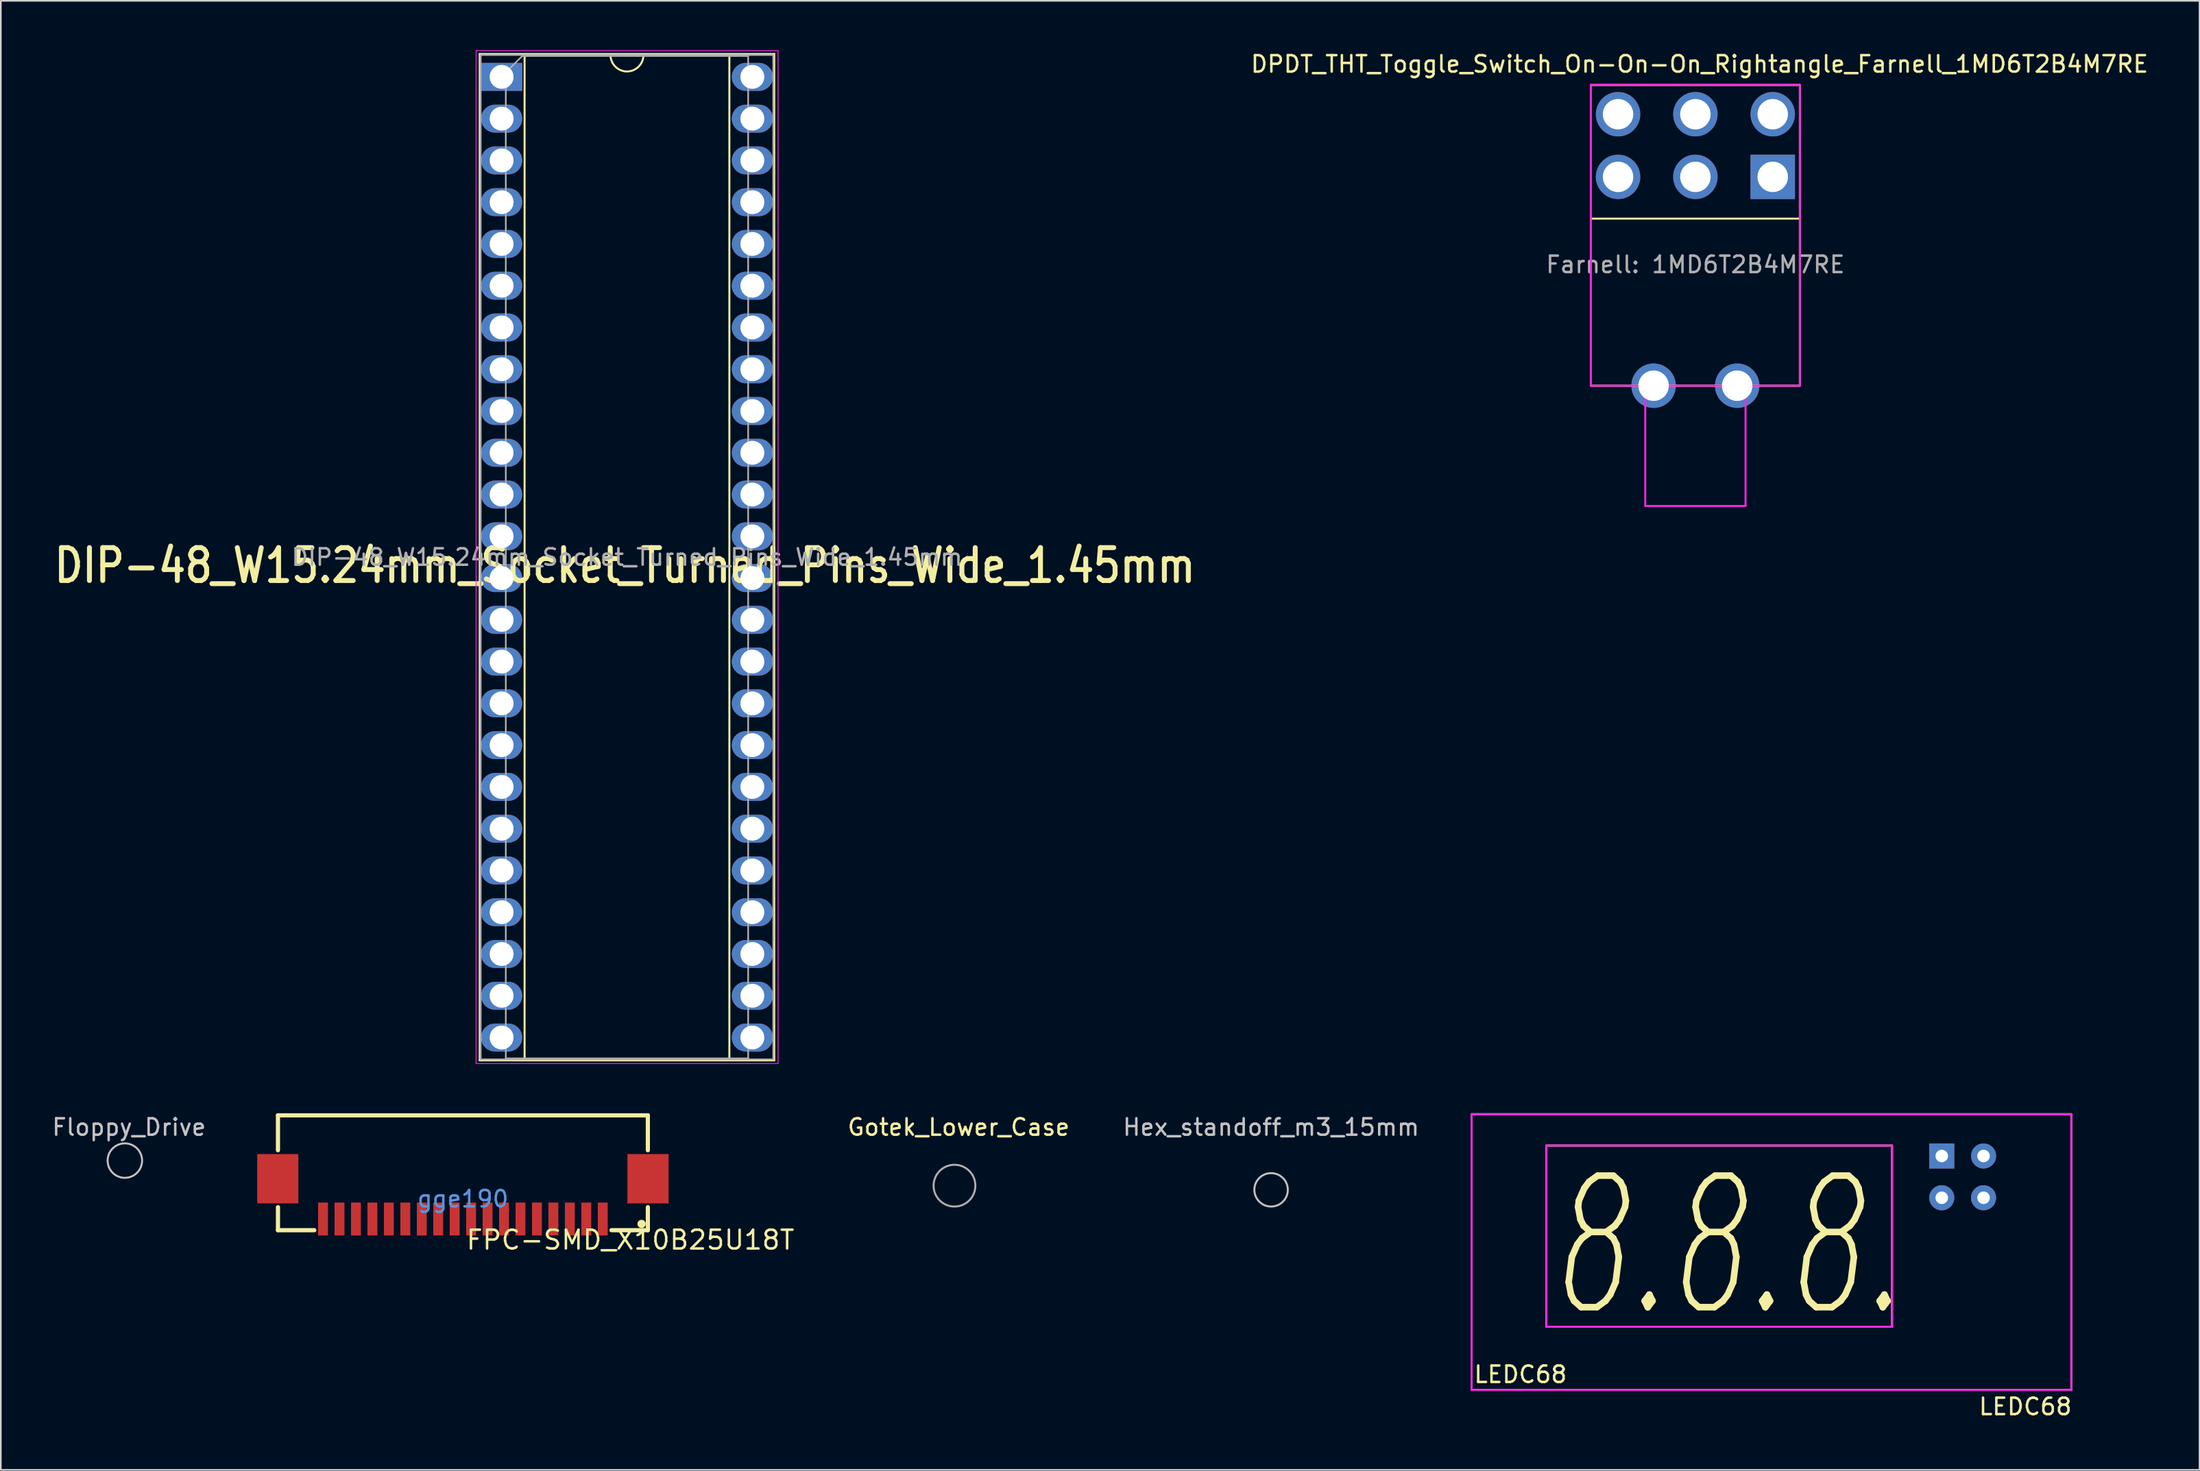
<source format=kicad_pcb>
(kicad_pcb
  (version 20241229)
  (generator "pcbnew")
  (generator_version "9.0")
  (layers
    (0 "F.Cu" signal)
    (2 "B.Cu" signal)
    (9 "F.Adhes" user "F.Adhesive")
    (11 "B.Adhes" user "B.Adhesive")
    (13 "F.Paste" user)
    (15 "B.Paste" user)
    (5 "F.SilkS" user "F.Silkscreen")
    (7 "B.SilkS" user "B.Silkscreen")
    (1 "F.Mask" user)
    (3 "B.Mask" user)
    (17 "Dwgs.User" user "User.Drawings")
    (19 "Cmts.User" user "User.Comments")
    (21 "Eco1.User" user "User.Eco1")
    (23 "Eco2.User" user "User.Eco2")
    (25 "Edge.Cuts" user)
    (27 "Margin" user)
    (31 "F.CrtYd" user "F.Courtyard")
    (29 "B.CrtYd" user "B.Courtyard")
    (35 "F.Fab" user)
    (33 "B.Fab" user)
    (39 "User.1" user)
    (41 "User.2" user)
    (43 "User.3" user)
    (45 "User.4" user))
  (footprint "LEDC68"
    (layer "F.Cu")
    (at 114.961 67.25)
    (property "Reference" "LEDC68" (at 5.08 15.24 0) (layer "F.SilkS") (effects (font (size 1 1) (thickness 0.15))))
    (attr through_hole)
    (fp_line (start -28.575 -2.54) (end 7.874 -2.54) (stroke (width 0.12) (type solid)) (layer "F.SilkS"))
    (fp_line (start -28.575 14.224) (end -28.575 -2.54) (stroke (width 0.12) (type solid)) (layer "F.SilkS"))
    (fp_line (start -28.575 14.224) (end 7.874 14.224) (stroke (width 0.12) (type solid)) (layer "F.SilkS"))
    (fp_line (start -24.028 -0.635) (end -3.023 -0.635) (stroke (width 0.12) (type solid)) (layer "F.SilkS"))
    (fp_line (start -24.028 10.389) (end -24.028 -0.61) (stroke (width 0.12) (type solid)) (layer "F.SilkS"))
    (fp_line (start -3.023 -0.635) (end -3.023 10.389) (stroke (width 0.12) (type solid)) (layer "F.SilkS"))
    (fp_line (start -3.023 10.389) (end -24.028 10.389) (stroke (width 0.12) (type solid)) (layer "F.SilkS"))
    (fp_line (start 7.874 -2.54) (end 7.874 14.224) (stroke (width 0.12) (type solid)) (layer "F.SilkS"))
    (fp_line (start -28.575 -2.54) (end 7.874 -2.54) (stroke (width 0.12) (type solid)) (layer "F.CrtYd"))
    (fp_line (start -28.575 14.224) (end -28.575 -2.54) (stroke (width 0.12) (type solid)) (layer "F.CrtYd"))
    (fp_line (start -24.028 -0.635) (end -24.028 10.389) (stroke (width 0.12) (type solid)) (layer "F.CrtYd"))
    (fp_line (start -24.028 10.389) (end -3.023 10.389) (stroke (width 0.12) (type solid)) (layer "F.CrtYd"))
    (fp_line (start -3.023 -0.635) (end -24.028 -0.635) (stroke (width 0.12) (type solid)) (layer "F.CrtYd"))
    (fp_line (start -3.023 10.389) (end -3.023 -0.635) (stroke (width 0.12) (type solid)) (layer "F.CrtYd"))
    (fp_line (start 7.874 -2.54) (end 7.874 14.224) (stroke (width 0.12) (type solid)) (layer "F.CrtYd"))
    (fp_line (start 7.874 14.224) (end -28.575 14.224) (stroke (width 0.12) (type solid)) (layer "F.CrtYd"))
    (fp_text user "8.8.8." (at -13.056 5.512 0) (layer "F.SilkS") (effects (font (size 8 5) (thickness 0.4) (italic yes))))
    (fp_text user "LEDC68" (at -25.603 13.284 0) (layer "F.SilkS") (effects (font (size 1 1) (thickness 0.15))))
    (pad "1" thru_hole rect (at 0 0) (size 1.524 1.524) (drill 0.762) (layers "*.Cu" "*.Mask"))
    (pad "2" thru_hole circle (at 0 2.54) (size 1.524 1.524) (drill 0.762) (layers "*.Cu" "*.Mask"))
    (pad "3" thru_hole circle (at 2.54 0) (size 1.524 1.524) (drill 0.762) (layers "*.Cu" "*.Mask"))
    (pad "4" thru_hole circle (at 2.54 2.54) (size 1.524 1.524) (drill 0.762) (layers "*.Cu" "*.Mask")))
  (footprint "Hex_standoff_m3_15mm"
    (layer "F.Cu")
    (at 74.201 69.308)
    (property "Reference" "Hex_standoff_m3_15mm" (at 0 -3.81 0) (layer "Dwgs.User") (effects (font (size 1 1) (thickness 0.15))))
    (attr through_hole)
    (fp_circle (center 0 0) (end 1.016 0) (stroke (width 0.12) (type solid)) (fill no) (layer "Dwgs.User")))
  (footprint "FPC-SMD_X10B25U18T"
    (layer "F.Cu")
    (at 25.083 71.127)
    (property "Reference" "FPC-SMD_X10B25U18T" (at 0.118 1.225 180) (layer "F.SilkS") (effects (font (size 1.143 1.143) (thickness 0.152)) (justify left)))
    (attr smd)
    (fp_line (start -11.24 -6.35) (end -11.24 -4.226) (stroke (width 0.254) (type solid)) (layer "F.SilkS"))
    (fp_line (start -11.24 -0.764) (end -11.24 0.635) (stroke (width 0.254) (type solid)) (layer "F.SilkS"))
    (fp_line (start -11.24 0.635) (end -9.031 0.635) (stroke (width 0.254) (type solid)) (layer "F.SilkS"))
    (fp_line (start 11.24 -6.35) (end -11.24 -6.35) (stroke (width 0.254) (type solid)) (layer "F.SilkS"))
    (fp_line (start 11.24 -4.226) (end 11.24 -6.35) (stroke (width 0.254) (type solid)) (layer "F.SilkS"))
    (fp_line (start 11.24 0.635) (end 9.031 0.635) (stroke (width 0.254) (type solid)) (layer "F.SilkS"))
    (fp_line (start 11.24 0.635) (end 11.24 -0.764) (stroke (width 0.254) (type solid)) (layer "F.SilkS"))
    (fp_circle (center 10.859 0.254) (end 10.732 0.254) (stroke (width 0.254) (type solid)) (fill no) (layer "F.SilkS"))
    (fp_text user "gge190" (at 0 -1.27 180) (layer "Cmts.User") (effects (font (size 1 1) (thickness 0.15))))
    (pad "1" smd rect (at 8.5 -0.045 180) (size 0.6 2) (layers "F.Cu" "F.Mask" "F.Paste"))
    (pad "2" smd rect (at 7.5 -0.045 180) (size 0.6 2) (layers "F.Cu" "F.Mask" "F.Paste"))
    (pad "3" smd rect (at 6.5 -0.045 180) (size 0.6 2) (layers "F.Cu" "F.Mask" "F.Paste"))
    (pad "4" smd rect (at 5.5 -0.045 180) (size 0.6 2) (layers "F.Cu" "F.Mask" "F.Paste"))
    (pad "5" smd rect (at 4.5 -0.045 180) (size 0.6 2) (layers "F.Cu" "F.Mask" "F.Paste"))
    (pad "6" smd rect (at 3.5 -0.045 180) (size 0.6 2) (layers "F.Cu" "F.Mask" "F.Paste"))
    (pad "7" smd rect (at 2.5 -0.045 180) (size 0.6 2) (layers "F.Cu" "F.Mask" "F.Paste"))
    (pad "8" smd rect (at 1.5 -0.045 180) (size 0.6 2) (layers "F.Cu" "F.Mask" "F.Paste"))
    (pad "9" smd rect (at 0.5 -0.045 180) (size 0.6 2) (layers "F.Cu" "F.Mask" "F.Paste"))
    (pad "10" smd rect (at -0.5 -0.045 180) (size 0.6 2) (layers "F.Cu" "F.Mask" "F.Paste"))
    (pad "11" smd rect (at -1.5 -0.045 180) (size 0.6 2) (layers "F.Cu" "F.Mask" "F.Paste"))
    (pad "12" smd rect (at -2.5 -0.045 180) (size 0.6 2) (layers "F.Cu" "F.Mask" "F.Paste"))
    (pad "13" smd rect (at -3.5 -0.045 180) (size 0.6 2) (layers "F.Cu" "F.Mask" "F.Paste"))
    (pad "14" smd rect (at -4.5 -0.045 180) (size 0.6 2) (layers "F.Cu" "F.Mask" "F.Paste"))
    (pad "15" smd rect (at -5.5 -0.045 180) (size 0.6 2) (layers "F.Cu" "F.Mask" "F.Paste"))
    (pad "16" smd rect (at -6.5 -0.045 180) (size 0.6 2) (layers "F.Cu" "F.Mask" "F.Paste"))
    (pad "17" smd rect (at -7.5 -0.045 180) (size 0.6 2) (layers "F.Cu" "F.Mask" "F.Paste"))
    (pad "18" smd rect (at -8.5 -0.045 180) (size 0.6 2) (layers "F.Cu" "F.Mask" "F.Paste"))
    (pad "MP" smd rect (at -11.25 -2.495 180) (size 2.5 3) (layers "F.Cu" "F.Mask" "F.Paste"))
    (pad "MP" smd rect (at 11.25 -2.495 180) (size 2.5 3) (layers "F.Cu" "F.Mask" "F.Paste")))
  (footprint "DIP-48_W15.24mm_Socket_Turned_Pins_Wide_1.45mm"
    (layer "F.Cu")
    (at 27.435 1.625)
    (property "Reference" "DIP-48_W15.24mm_Socket_Turned_Pins_Wide_1.45mm" (at 7.493 29.718 0) (layer "F.SilkS") (effects (font (size 2 1.7) (thickness 0.3))))
    (attr through_hole)
    (fp_line (start -1.33 -1.39) (end -1.33 59.81) (stroke (width 0.12) (type solid)) (layer "F.SilkS"))
    (fp_line (start -1.33 59.81) (end 16.57 59.81) (stroke (width 0.12) (type solid)) (layer "F.SilkS"))
    (fp_line (start 1.397 -1.33) (end 1.397 59.75) (stroke (width 0.12) (type solid)) (layer "F.SilkS"))
    (fp_line (start 1.397 59.75) (end 13.843 59.75) (stroke (width 0.12) (type solid)) (layer "F.SilkS"))
    (fp_line (start 6.62 -1.33) (end 1.397 -1.33) (stroke (width 0.12) (type solid)) (layer "F.SilkS"))
    (fp_line (start 13.843 -1.33) (end 8.62 -1.33) (stroke (width 0.12) (type solid)) (layer "F.SilkS"))
    (fp_line (start 13.843 59.75) (end 13.843 -1.33) (stroke (width 0.12) (type solid)) (layer "F.SilkS"))
    (fp_line (start 16.57 -1.39) (end -1.33 -1.39) (stroke (width 0.12) (type solid)) (layer "F.SilkS"))
    (fp_line (start 16.57 59.81) (end 16.57 -1.39) (stroke (width 0.12) (type solid)) (layer "F.SilkS"))
    (fp_arc (start 8.62 -1.33) (mid 7.62 -0.33) (end 6.62 -1.33) (stroke (width 0.12) (type solid)) (layer "F.SilkS"))
    (fp_line (start -1.55 -1.6) (end -1.55 60) (stroke (width 0.05) (type solid)) (layer "F.CrtYd"))
    (fp_line (start -1.55 60) (end 16.8 60) (stroke (width 0.05) (type solid)) (layer "F.CrtYd"))
    (fp_line (start 16.8 -1.6) (end -1.55 -1.6) (stroke (width 0.05) (type solid)) (layer "F.CrtYd"))
    (fp_line (start 16.8 60) (end 16.8 -1.6) (stroke (width 0.05) (type solid)) (layer "F.CrtYd"))
    (fp_line (start -1.27 -1.33) (end -1.27 59.75) (stroke (width 0.1) (type solid)) (layer "F.Fab"))
    (fp_line (start -1.27 59.75) (end 16.51 59.75) (stroke (width 0.1) (type solid)) (layer "F.Fab"))
    (fp_line (start 0.255 -0.27) (end 1.255 -1.27) (stroke (width 0.1) (type solid)) (layer "F.Fab"))
    (fp_line (start 0.255 59.69) (end 0.255 -0.27) (stroke (width 0.1) (type solid)) (layer "F.Fab"))
    (fp_line (start 1.255 -1.27) (end 14.985 -1.27) (stroke (width 0.1) (type solid)) (layer "F.Fab"))
    (fp_line (start 14.985 -1.27) (end 14.985 59.69) (stroke (width 0.1) (type solid)) (layer "F.Fab"))
    (fp_line (start 14.985 59.69) (end 0.255 59.69) (stroke (width 0.1) (type solid)) (layer "F.Fab"))
    (fp_line (start 16.51 -1.33) (end -1.27 -1.33) (stroke (width 0.1) (type solid)) (layer "F.Fab"))
    (fp_line (start 16.51 59.75) (end 16.51 -1.33) (stroke (width 0.1) (type solid)) (layer "F.Fab"))
    (fp_text user "${REFERENCE}" (at 7.62 29.21 180) (layer "F.Fab") (effects (font (size 1 1) (thickness 0.15))))
    (pad "1" thru_hole rect (at 0 0) (size 2.5 1.7) (drill 1.45) (layers "*.Cu" "*.Mask"))
    (pad "2" thru_hole oval (at 0 2.54) (size 2.5 1.7) (drill 1.45) (layers "*.Cu" "*.Mask"))
    (pad "3" thru_hole oval (at 0 5.08) (size 2.5 1.7) (drill 1.45) (layers "*.Cu" "*.Mask"))
    (pad "4" thru_hole oval (at 0 7.62) (size 2.5 1.7) (drill 1.45) (layers "*.Cu" "*.Mask"))
    (pad "5" thru_hole oval (at 0 10.16) (size 2.5 1.7) (drill 1.45) (layers "*.Cu" "*.Mask"))
    (pad "6" thru_hole oval (at 0 12.7) (size 2.5 1.7) (drill 1.45) (layers "*.Cu" "*.Mask"))
    (pad "7" thru_hole oval (at 0 15.24) (size 2.5 1.7) (drill 1.45) (layers "*.Cu" "*.Mask"))
    (pad "8" thru_hole oval (at 0 17.78) (size 2.5 1.7) (drill 1.45) (layers "*.Cu" "*.Mask"))
    (pad "9" thru_hole oval (at 0 20.32) (size 2.5 1.7) (drill 1.45) (layers "*.Cu" "*.Mask"))
    (pad "10" thru_hole oval (at 0 22.86) (size 2.5 1.7) (drill 1.45) (layers "*.Cu" "*.Mask"))
    (pad "11" thru_hole oval (at 0 25.4) (size 2.5 1.7) (drill 1.45) (layers "*.Cu" "*.Mask"))
    (pad "12" thru_hole oval (at 0 27.94) (size 2.5 1.7) (drill 1.45) (layers "*.Cu" "*.Mask"))
    (pad "13" thru_hole oval (at 0 30.48) (size 2.5 1.7) (drill 1.45) (layers "*.Cu" "*.Mask"))
    (pad "14" thru_hole oval (at 0 33.02) (size 2.5 1.7) (drill 1.45) (layers "*.Cu" "*.Mask"))
    (pad "15" thru_hole oval (at 0 35.56) (size 2.5 1.7) (drill 1.45) (layers "*.Cu" "*.Mask"))
    (pad "16" thru_hole oval (at 0 38.1) (size 2.5 1.7) (drill 1.45) (layers "*.Cu" "*.Mask"))
    (pad "17" thru_hole oval (at 0 40.64) (size 2.5 1.7) (drill 1.45) (layers "*.Cu" "*.Mask"))
    (pad "18" thru_hole oval (at 0 43.18) (size 2.5 1.7) (drill 1.45) (layers "*.Cu" "*.Mask"))
    (pad "19" thru_hole oval (at 0 45.72) (size 2.5 1.7) (drill 1.45) (layers "*.Cu" "*.Mask"))
    (pad "20" thru_hole oval (at 0 48.26) (size 2.5 1.7) (drill 1.45) (layers "*.Cu" "*.Mask"))
    (pad "21" thru_hole oval (at 0 50.8) (size 2.5 1.7) (drill 1.45) (layers "*.Cu" "*.Mask"))
    (pad "22" thru_hole oval (at 0 53.34) (size 2.5 1.7) (drill 1.45) (layers "*.Cu" "*.Mask"))
    (pad "23" thru_hole oval (at 0 55.88) (size 2.5 1.7) (drill 1.45) (layers "*.Cu" "*.Mask"))
    (pad "24" thru_hole oval (at 0 58.42) (size 2.5 1.7) (drill 1.45) (layers "*.Cu" "*.Mask"))
    (pad "25" thru_hole oval (at 15.24 58.42) (size 2.5 1.7) (drill 1.45) (layers "*.Cu" "*.Mask"))
    (pad "26" thru_hole oval (at 15.24 55.88) (size 2.5 1.7) (drill 1.45) (layers "*.Cu" "*.Mask"))
    (pad "27" thru_hole oval (at 15.24 53.34) (size 2.5 1.7) (drill 1.45) (layers "*.Cu" "*.Mask"))
    (pad "28" thru_hole oval (at 15.24 50.8) (size 2.5 1.7) (drill 1.45) (layers "*.Cu" "*.Mask"))
    (pad "29" thru_hole oval (at 15.24 48.26) (size 2.5 1.7) (drill 1.45) (layers "*.Cu" "*.Mask"))
    (pad "30" thru_hole oval (at 15.24 45.72) (size 2.5 1.7) (drill 1.45) (layers "*.Cu" "*.Mask"))
    (pad "31" thru_hole oval (at 15.24 43.18) (size 2.5 1.7) (drill 1.45) (layers "*.Cu" "*.Mask"))
    (pad "32" thru_hole oval (at 15.24 40.64) (size 2.5 1.7) (drill 1.45) (layers "*.Cu" "*.Mask"))
    (pad "33" thru_hole oval (at 15.24 38.1) (size 2.5 1.7) (drill 1.45) (layers "*.Cu" "*.Mask"))
    (pad "34" thru_hole oval (at 15.24 35.56) (size 2.5 1.7) (drill 1.45) (layers "*.Cu" "*.Mask"))
    (pad "35" thru_hole oval (at 15.24 33.02) (size 2.5 1.7) (drill 1.45) (layers "*.Cu" "*.Mask"))
    (pad "36" thru_hole oval (at 15.24 30.48) (size 2.5 1.7) (drill 1.45) (layers "*.Cu" "*.Mask"))
    (pad "37" thru_hole oval (at 15.24 27.94) (size 2.5 1.7) (drill 1.45) (layers "*.Cu" "*.Mask"))
    (pad "38" thru_hole oval (at 15.24 25.4) (size 2.5 1.7) (drill 1.45) (layers "*.Cu" "*.Mask"))
    (pad "39" thru_hole oval (at 15.24 22.86) (size 2.5 1.7) (drill 1.45) (layers "*.Cu" "*.Mask"))
    (pad "40" thru_hole oval (at 15.24 20.32) (size 2.5 1.7) (drill 1.45) (layers "*.Cu" "*.Mask"))
    (pad "41" thru_hole oval (at 15.24 17.78) (size 2.5 1.7) (drill 1.45) (layers "*.Cu" "*.Mask"))
    (pad "42" thru_hole oval (at 15.24 15.24) (size 2.5 1.7) (drill 1.45) (layers "*.Cu" "*.Mask"))
    (pad "43" thru_hole oval (at 15.24 12.7) (size 2.5 1.7) (drill 1.45) (layers "*.Cu" "*.Mask"))
    (pad "44" thru_hole oval (at 15.24 10.16) (size 2.5 1.7) (drill 1.45) (layers "*.Cu" "*.Mask"))
    (pad "45" thru_hole oval (at 15.24 7.62) (size 2.5 1.7) (drill 1.45) (layers "*.Cu" "*.Mask"))
    (pad "46" thru_hole oval (at 15.24 5.08) (size 2.5 1.7) (drill 1.45) (layers "*.Cu" "*.Mask"))
    (pad "47" thru_hole oval (at 15.24 2.54) (size 2.5 1.7) (drill 1.45) (layers "*.Cu" "*.Mask"))
    (pad "48" thru_hole oval (at 15.24 0) (size 2.5 1.7) (drill 1.45) (layers "*.Cu" "*.Mask")))
  (footprint "Floppy_Drive"
    (layer "F.Cu")
    (at 4.538 67.53)
    (property "Reference" "Floppy_Drive" (at 0.254 -2.032 0) (layer "Dwgs.User") (effects (font (size 1 1) (thickness 0.15))))
    (attr through_hole)
    (fp_circle (center 0 0) (end 1.016 -0.254) (stroke (width 0.12) (type solid)) (fill no) (layer "Dwgs.User")))
  (footprint "DPDT_THT_Toggle_Switch_On-On-On_Rightangle_Farnell_1MD6T2B4M7RE"
    (layer "F.Cu")
    (at 99.988 7.706)
    (property "Reference" "DPDT_THT_Toggle_Switch_On-On-On_Rightangle_Farnell_1MD6T2B4M7RE" (at 0.254 -6.858 0) (layer "F.SilkS") (effects (font (size 1 1) (thickness 0.15))))
    (attr through_hole)
    (fp_line (start -6.35 -5.588) (end -6.35 12.7) (stroke (width 0.12) (type solid)) (layer "F.SilkS"))
    (fp_line (start -6.35 2.54) (end 6.35 2.54) (stroke (width 0.12) (type solid)) (layer "F.SilkS"))
    (fp_line (start -6.35 12.7) (end 6.35 12.7) (stroke (width 0.12) (type solid)) (layer "F.SilkS"))
    (fp_line (start 6.35 -5.588) (end -6.35 -5.588) (stroke (width 0.12) (type solid)) (layer "F.SilkS"))
    (fp_line (start 6.35 12.7) (end 6.35 -5.588) (stroke (width 0.12) (type solid)) (layer "F.SilkS"))
    (fp_line (start -6.35 -5.588) (end 6.35 -5.588) (stroke (width 0.12) (type solid)) (layer "F.CrtYd"))
    (fp_line (start -6.35 12.7) (end -6.35 -5.588) (stroke (width 0.12) (type solid)) (layer "F.CrtYd"))
    (fp_line (start -3.048 12.7) (end -3.048 20.015) (stroke (width 0.12) (type solid)) (layer "F.CrtYd"))
    (fp_line (start -3.048 20.015) (end 3.048 20.015) (stroke (width 0.12) (type solid)) (layer "F.CrtYd"))
    (fp_line (start 3.048 20.015) (end 3.048 12.7) (stroke (width 0.12) (type solid)) (layer "F.CrtYd"))
    (fp_line (start 6.35 -5.588) (end 6.35 12.7) (stroke (width 0.12) (type solid)) (layer "F.CrtYd"))
    (fp_line (start 6.35 12.7) (end -6.35 12.7) (stroke (width 0.12) (type solid)) (layer "F.CrtYd"))
    (fp_text user "Farnell: 1MD6T2B4M7RE" (at 0 5.334 0) (layer "F.Fab") (effects (font (size 1 1) (thickness 0.15))))
    (pad "" thru_hole circle (at -2.54 12.7) (size 2.7 2.7) (drill 1.85) (layers "*.Cu" "*.Mask"))
    (pad "" thru_hole circle (at 2.54 12.7) (size 2.7 2.7) (drill 1.85) (layers "*.Cu" "*.Mask"))
    (pad "1" thru_hole rect (at 4.7 0) (size 2.7 2.7) (drill 1.85) (layers "*.Cu" "*.Mask"))
    (pad "2" thru_hole circle (at 0 0) (size 2.7 2.7) (drill 1.85) (layers "*.Cu" "*.Mask"))
    (pad "3" thru_hole circle (at -4.7 0) (size 2.7 2.7) (drill 1.85) (layers "*.Cu" "*.Mask"))
    (pad "4" thru_hole circle (at 4.7 -3.81) (size 2.7 2.7) (drill 1.85) (layers "*.Cu" "*.Mask"))
    (pad "5" thru_hole circle (at 0 -3.81) (size 2.7 2.7) (drill 1.85) (layers "*.Cu" "*.Mask"))
    (pad "6" thru_hole circle (at -4.7 -3.81) (size 2.7 2.7) (drill 1.85) (layers "*.Cu" "*.Mask")))
  (footprint "Gotek_Lower_Case"
    (layer "F.Cu")
    (at 54.959 69.054)
    (property "Reference" "Gotek_Lower_Case" (at 0.254 -3.556 0) (layer "F.SilkS") (effects (font (size 1 1) (thickness 0.15))))
    (attr through_hole)
    (fp_circle (center 0 0) (end 1.27 0) (stroke (width 0.12) (type solid)) (fill no) (layer "F.Fab")))
  (gr_rect
    (start -3 -3)
    (end 130.629 86.338)
    (stroke (width 0.1) (type default))
    (fill no)
    (layer "Edge.Cuts")))
</source>
